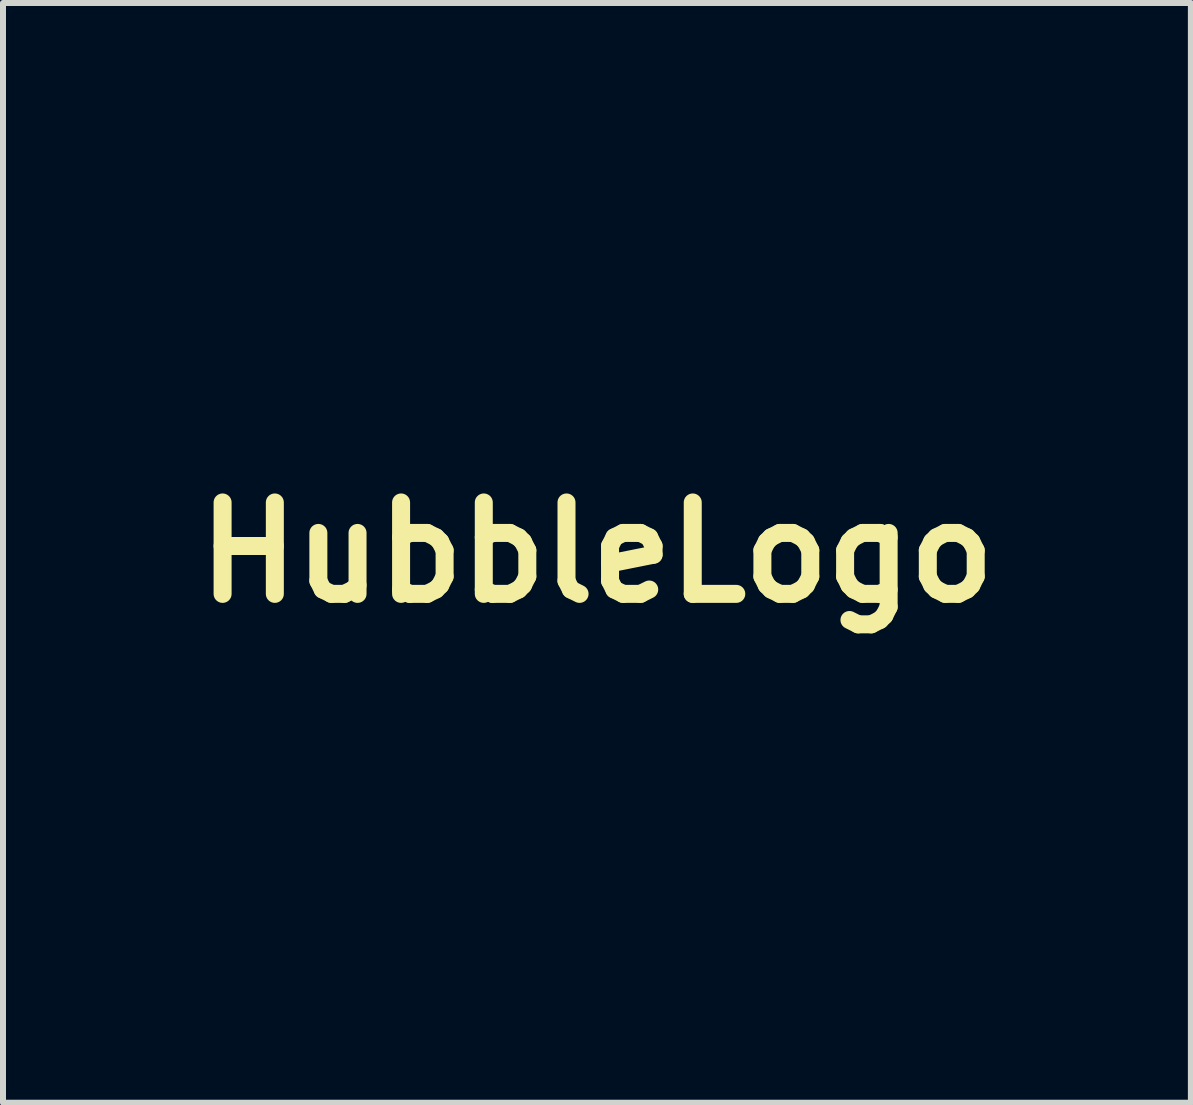
<source format=kicad_pcb>
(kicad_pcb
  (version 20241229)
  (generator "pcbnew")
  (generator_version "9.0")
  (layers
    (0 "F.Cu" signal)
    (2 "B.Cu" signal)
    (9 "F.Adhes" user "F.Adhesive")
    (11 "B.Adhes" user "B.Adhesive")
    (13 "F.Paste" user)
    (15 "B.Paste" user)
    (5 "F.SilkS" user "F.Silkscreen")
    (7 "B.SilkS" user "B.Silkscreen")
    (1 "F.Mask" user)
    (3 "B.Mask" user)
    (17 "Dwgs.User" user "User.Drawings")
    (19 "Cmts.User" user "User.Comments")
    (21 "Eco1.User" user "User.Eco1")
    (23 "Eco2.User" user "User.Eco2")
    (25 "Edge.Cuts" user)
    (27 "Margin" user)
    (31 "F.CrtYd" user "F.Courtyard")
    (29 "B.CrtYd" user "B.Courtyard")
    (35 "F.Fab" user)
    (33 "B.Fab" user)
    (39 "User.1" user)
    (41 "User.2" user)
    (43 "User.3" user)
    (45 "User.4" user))
  (footprint "HubbleLogo"
    (layer "F.Cu")
    (at 6.902 6.161)
    (property "Reference" "HubbleLogo" (at 0 0 0) (layer "F.SilkS") (effects (font (size 1.524 1.524) (thickness 0.3))))
    (attr board_only exclude_from_pos_files exclude_from_bom)
    (fp_poly (pts (xy 1.18 0.502) (xy 1.349 0.578) (xy 1.657 0.832) (xy 1.853 1.179) (xy 1.931 1.578) (xy 1.882 1.987) (xy 1.706 2.353) (xy 1.417 2.638) (xy 1.042 2.838) (xy 0.633 2.938) (xy 0.237 2.924) (xy -0.01 2.836) (xy -0.273 2.603) (xy -0.437 2.27) (xy -0.493 1.877) (xy -0.437 1.465) (xy -0.297 1.137) (xy 0.004 0.756) (xy 0.365 0.518) (xy 0.765 0.431)) (stroke (width 0) (type solid)) (fill yes) (layer "F.Mask"))
    (fp_poly (pts (xy -2.48 0.474) (xy -2.44 0.509) (xy -2.465 0.545) (xy -2.556 0.571) (xy -2.781 0.618) (xy -3.103 0.679) (xy -3.489 0.748) (xy -3.904 0.82) (xy -4.314 0.888) (xy -4.684 0.948) (xy -4.979 0.992) (xy -5.164 1.014) (xy -5.197 1.016) (xy -5.316 0.973) (xy -5.334 0.931) (xy -5.294 0.849) (xy -5.282 0.847) (xy -5.184 0.834) (xy -4.949 0.799) (xy -4.605 0.746) (xy -4.182 0.68) (xy -3.874 0.632) (xy -3.312 0.546) (xy -2.902 0.491) (xy -2.629 0.468)) (stroke (width 0) (type solid)) (fill yes) (layer "F.Mask"))
    (fp_poly (pts (xy 2.149 -3.106) (xy 2.22 -2.994) (xy 2.278 -2.721) (xy 2.317 -2.357) (xy 2.351 -1.968) (xy 2.388 -1.589) (xy 2.42 -1.295) (xy 2.424 -1.263) (xy 2.473 -0.874) (xy 1.877 -0.776) (xy 1.474 -0.712) (xy 1.208 -0.684) (xy 1.047 -0.698) (xy 0.96 -0.762) (xy 0.918 -0.882) (xy 0.899 -0.995) (xy 0.859 -1.286) (xy 0.817 -1.622) (xy 0.807 -1.714) (xy 0.767 -2.057) (xy 0.726 -2.408) (xy 0.716 -2.485) (xy 0.671 -2.853) (xy 1.355 -3.001) (xy 1.685 -3.064) (xy 1.958 -3.103) (xy 2.127 -3.11)) (stroke (width 0) (type solid)) (fill yes) (layer "F.Mask"))
    (fp_poly (pts (xy -3.901 -0.79) (xy -3.861 -0.375) (xy -3.829 -0.019) (xy -3.809 0.242) (xy -3.803 0.375) (xy -3.803 0.381) (xy -3.875 0.462) (xy -4.08 0.532) (xy -4.43 0.595) (xy -4.786 0.638) (xy -5.099 0.663) (xy -5.279 0.652) (xy -5.36 0.602) (xy -5.369 0.581) (xy -5.398 0.452) (xy -5.445 0.198) (xy -5.504 -0.14) (xy -5.543 -0.381) (xy -5.605 -0.754) (xy -5.661 -1.074) (xy -5.705 -1.297) (xy -5.722 -1.368) (xy -5.696 -1.449) (xy -5.561 -1.529) (xy -5.301 -1.614) (xy -4.902 -1.707) (xy -4.351 -1.814) (xy -4.311 -1.821) (xy -4.008 -1.876)) (stroke (width 0) (type solid)) (fill yes) (layer "F.Mask"))
    (fp_poly (pts (xy 2.57 0.096) (xy 2.603 0.371) (xy 2.641 0.735) (xy 2.676 1.109) (xy 2.701 1.435) (xy 2.702 1.631) (xy 2.671 1.735) (xy 2.601 1.785) (xy 2.529 1.807) (xy 2.275 1.855) (xy 2.111 1.849) (xy 2.069 1.79) (xy 2.076 1.775) (xy 2.107 1.595) (xy 2.066 1.332) (xy 1.969 1.045) (xy 1.832 0.796) (xy 1.795 0.748) (xy 1.574 0.541) (xy 1.324 0.381) (xy 1.295 0.368) (xy 1.081 0.232) (xy 1.016 0.089) (xy 1.035 -0.012) (xy 1.111 -0.084) (xy 1.272 -0.137) (xy 1.548 -0.179) (xy 1.915 -0.217) (xy 2.518 -0.274)) (stroke (width 0) (type solid)) (fill yes) (layer "F.Mask"))
    (fp_poly (pts (xy -3.756 0.957) (xy -3.735 1.049) (xy -3.702 1.271) (xy -3.661 1.587) (xy -3.617 1.961) (xy -3.573 2.356) (xy -3.534 2.736) (xy -3.503 3.064) (xy -3.484 3.304) (xy -3.481 3.419) (xy -3.483 3.424) (xy -3.595 3.454) (xy -3.821 3.476) (xy -4.115 3.488) (xy -4.43 3.491) (xy -4.72 3.484) (xy -4.939 3.466) (xy -5.039 3.438) (xy -5.041 3.435) (xy -5.061 3.322) (xy -5.093 3.087) (xy -5.133 2.767) (xy -5.177 2.401) (xy -5.22 2.027) (xy -5.258 1.684) (xy -5.285 1.41) (xy -5.299 1.243) (xy -5.298 1.21) (xy -5.212 1.185) (xy -5.004 1.143) (xy -4.722 1.093) (xy -4.411 1.042) (xy -4.117 0.997) (xy -3.886 0.966) (xy -3.764 0.956)) (stroke (width 0) (type solid)) (fill yes) (layer "F.Mask"))
    (fp_poly (pts (xy -0.194 -6.155) (xy 0.079 -6.131) (xy 0.404 -6.088) (xy 0.601 -6.057) (xy 1.593 -5.805) (xy 2.503 -5.412) (xy 3.322 -4.892) (xy 4.039 -4.258) (xy 4.644 -3.522) (xy 5.127 -2.697) (xy 5.477 -1.797) (xy 5.683 -0.834) (xy 5.735 0.178) (xy 5.729 0.339) (xy 5.596 1.347) (xy 5.312 2.295) (xy 4.887 3.171) (xy 4.333 3.962) (xy 3.66 4.654) (xy 2.881 5.235) (xy 2.006 5.69) (xy 1.047 6.008) (xy 0.839 6.055) (xy 0.46 6.12) (xy 0.074 6.162) (xy -0.196 6.172) (xy -0.635 6.164) (xy -0.127 6.052) (xy 0.855 5.757) (xy 1.76 5.325) (xy 2.571 4.767) (xy 3.27 4.094) (xy 3.522 3.784) (xy 4.078 2.918) (xy 4.479 2.006) (xy 4.725 1.064) (xy 4.818 0.108) (xy 4.758 -0.845) (xy 4.547 -1.779) (xy 4.184 -2.678) (xy 3.671 -3.527) (xy 3.111 -4.203) (xy 2.483 -4.786) (xy 1.802 -5.259) (xy 1.036 -5.64) (xy 0.154 -5.945) (xy -0.296 -6.065) (xy -0.465 -6.116) (xy -0.489 -6.148) (xy -0.391 -6.161)) (stroke (width 0) (type solid)) (fill yes) (layer "F.Mask"))
    (fp_poly (pts (xy -1.967 -4.79) (xy -1.783 -4.69) (xy -1.67 -4.522) (xy -1.667 -4.314) (xy -1.72 -4.204) (xy -1.769 -4.107) (xy -1.793 -3.981) (xy -1.79 -3.796) (xy -1.761 -3.517) (xy -1.703 -3.114) (xy -1.68 -2.966) (xy -1.611 -2.555) (xy -1.541 -2.201) (xy -1.477 -1.94) (xy -1.428 -1.807) (xy -1.426 -1.804) (xy -1.399 -1.732) (xy -1.494 -1.699) (xy -1.666 -1.693) (xy -2.023 -1.623) (xy -2.4 -1.437) (xy -2.739 -1.168) (xy -2.956 -0.9) (xy -3.076 -0.654) (xy -3.124 -0.382) (xy -3.123 -0.112) (xy -3.124 0.153) (xy -3.151 0.34) (xy -3.184 0.398) (xy -3.291 0.361) (xy -3.451 0.233) (xy -3.491 0.192) (xy -3.615 0.036) (xy -3.694 -0.151) (xy -3.745 -0.42) (xy -3.773 -0.685) (xy -3.797 -1.039) (xy -3.79 -1.274) (xy -3.745 -1.442) (xy -3.681 -1.557) (xy -3.423 -1.832) (xy -3.078 -2.041) (xy -2.695 -2.168) (xy -2.323 -2.194) (xy -2.026 -2.114) (xy -1.947 -2.073) (xy -1.896 -2.068) (xy -1.874 -2.124) (xy -1.879 -2.264) (xy -1.911 -2.514) (xy -1.969 -2.897) (xy -1.999 -3.088) (xy -2.068 -3.496) (xy -2.128 -3.763) (xy -2.189 -3.92) (xy -2.26 -3.993) (xy -2.292 -4.005) (xy -2.449 -4.121) (xy -2.514 -4.321) (xy -2.478 -4.543) (xy -2.389 -4.675) (xy -2.182 -4.795)) (stroke (width 0) (type solid)) (fill yes) (layer "F.Mask"))
    (fp_poly (pts (xy -0.903 -1.409) (xy -0.678 -1.273) (xy -0.452 -1.073) (xy -0.269 -0.857) (xy -0.174 -0.67) (xy -0.169 -0.631) (xy -0.132 -0.501) (xy -0.008 -0.423) (xy 0.221 -0.395) (xy 0.573 -0.416) (xy 1.065 -0.485) (xy 1.191 -0.506) (xy 1.677 -0.586) (xy 2.02 -0.638) (xy 2.245 -0.665) (xy 2.376 -0.668) (xy 2.438 -0.649) (xy 2.455 -0.609) (xy 2.455 -0.603) (xy 2.377 -0.562) (xy 2.163 -0.507) (xy 1.845 -0.444) (xy 1.457 -0.38) (xy 1.439 -0.378) (xy 1.049 -0.315) (xy 0.728 -0.256) (xy 0.509 -0.206) (xy 0.423 -0.171) (xy 0.423 -0.17) (xy 0.49 -0.094) (xy 0.635 0) (xy 0.807 0.122) (xy 0.831 0.212) (xy 0.704 0.253) (xy 0.673 0.254) (xy 0.371 0.328) (xy 0.051 0.526) (xy -0.247 0.813) (xy -0.485 1.153) (xy -0.592 1.395) (xy -0.65 1.723) (xy -0.637 2.011) (xy -0.607 2.204) (xy -0.627 2.261) (xy -0.709 2.21) (xy -0.715 2.205) (xy -0.838 2.129) (xy -0.885 2.127) (xy -0.891 2.221) (xy -0.875 2.441) (xy -0.842 2.743) (xy -0.83 2.838) (xy -0.772 3.201) (xy -0.708 3.438) (xy -0.623 3.589) (xy -0.539 3.669) (xy -0.385 3.866) (xy -0.337 4.097) (xy -0.398 4.304) (xy -0.502 4.4) (xy -0.754 4.482) (xy -0.957 4.414) (xy -1.045 4.332) (xy -1.171 4.118) (xy -1.142 3.895) (xy -1.058 3.75) (xy -1.003 3.651) (xy -0.976 3.527) (xy -0.98 3.342) (xy -1.012 3.06) (xy -1.067 2.694) (xy -1.132 2.32) (xy -1.199 2.004) (xy -1.258 1.786) (xy -1.29 1.714) (xy -1.424 1.647) (xy -1.65 1.611) (xy -1.715 1.609) (xy -1.929 1.59) (xy -2.109 1.512) (xy -2.312 1.347) (xy -2.43 1.233) (xy -2.631 1.038) (xy -2.784 0.903) (xy -2.849 0.859) (xy -2.942 0.811) (xy -2.949 0.804) (xy -2.947 0.765) (xy -2.921 0.768) (xy -2.779 0.755) (xy -2.679 0.721) (xy -2.543 0.709) (xy -2.398 0.817) (xy -2.315 0.916) (xy -2.097 1.149) (xy -1.851 1.356) (xy -1.838 1.365) (xy -1.566 1.551) (xy -1.874 1.22) (xy -2.07 0.994) (xy -2.226 0.786) (xy -2.276 0.704) (xy -2.37 0.349) (xy -2.334 -0.042) (xy -2.185 -0.417) (xy -1.937 -0.724) (xy -1.828 -0.807) (xy -1.524 -0.92) (xy -1.146 -0.939) (xy -0.764 -0.865) (xy -0.532 -0.763) (xy -0.358 -0.671) (xy -0.307 -0.673) (xy -0.33 -0.709) (xy -0.511 -0.855) (xy -0.785 -1.004) (xy -1.081 -1.124) (xy -1.327 -1.182) (xy -1.36 -1.183) (xy -1.563 -1.148) (xy -1.829 -1.059) (xy -1.929 -1.017) (xy -2.214 -0.843) (xy -2.404 -0.596) (xy -2.456 -0.49) (xy -2.558 -0.216) (xy -2.617 0.037) (xy -2.623 0.106) (xy -2.657 0.282) (xy -2.775 0.338) (xy -2.794 0.339) (xy -2.893 0.318) (xy -2.944 0.228) (xy -2.962 0.029) (xy -2.963 -0.112) (xy -2.947 -0.408) (xy -2.876 -0.625) (xy -2.718 -0.848) (xy -2.67 -0.905) (xy -2.269 -1.268) (xy -1.828 -1.474) (xy -1.363 -1.521)) (stroke (width 0) (type solid)) (fill yes) (layer "F.Mask")))
  (gr_rect
    (start -3 -3)
    (end 16.803 15.333)
    (stroke (width 0.1) (type default))
    (fill no)
    (layer "Edge.Cuts")))
</source>
